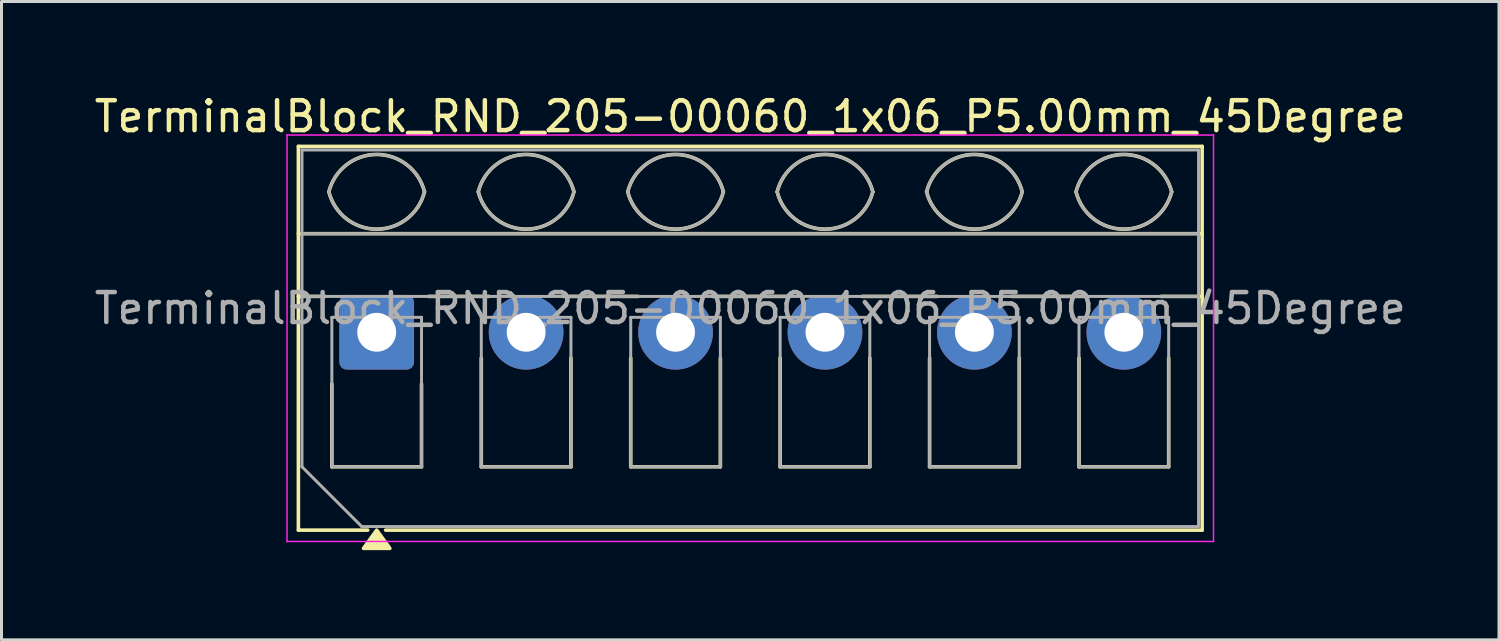
<source format=kicad_pcb>
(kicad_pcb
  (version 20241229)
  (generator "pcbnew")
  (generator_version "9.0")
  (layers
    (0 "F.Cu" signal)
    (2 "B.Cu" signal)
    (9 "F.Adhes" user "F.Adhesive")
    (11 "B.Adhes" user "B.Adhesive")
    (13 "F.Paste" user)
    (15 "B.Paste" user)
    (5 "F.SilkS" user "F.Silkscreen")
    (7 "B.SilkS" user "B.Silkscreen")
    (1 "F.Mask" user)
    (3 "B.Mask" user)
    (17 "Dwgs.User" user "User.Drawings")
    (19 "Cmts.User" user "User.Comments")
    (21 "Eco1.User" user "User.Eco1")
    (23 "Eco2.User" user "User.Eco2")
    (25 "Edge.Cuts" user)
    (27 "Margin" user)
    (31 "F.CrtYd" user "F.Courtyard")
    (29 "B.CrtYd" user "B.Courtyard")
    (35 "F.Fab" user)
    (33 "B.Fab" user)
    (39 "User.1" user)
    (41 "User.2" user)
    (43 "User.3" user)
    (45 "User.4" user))
  (footprint "TerminalBlock_RND_205-00060_1x06_P5.00mm_45Degree"
    (layer "F.Cu")
    (at 9.554 8.068)
    (property "Reference" "TerminalBlock_RND_205-00060_1x06_P5.00mm_45Degree" (at 12.5 -7.22 0) (layer "F.SilkS") (effects (font (size 1 1) (thickness 0.15))))
    (attr through_hole)
    (fp_line (start -2.62 -6.22) (end 27.62 -6.22) (stroke (width 0.12) (type solid)) (layer "F.SilkS"))
    (fp_line (start -2.62 -3.3) (end 27.62 -3.3) (stroke (width 0.12) (type solid)) (layer "F.SilkS"))
    (fp_line (start -2.62 -1.2) (end -1.73 -1.2) (stroke (width 0.12) (type solid)) (layer "F.SilkS"))
    (fp_line (start -2.62 6.62) (end -2.62 -6.22) (stroke (width 0.12) (type solid)) (layer "F.SilkS"))
    (fp_line (start -1.5 4.5) (end -1.5 1.73) (stroke (width 0.12) (type solid)) (layer "F.SilkS"))
    (fp_line (start -0.3 6.62) (end -2.62 6.62) (stroke (width 0.12) (type solid)) (layer "F.SilkS"))
    (fp_line (start 1.5 1.73) (end 1.5 4.5) (stroke (width 0.12) (type solid)) (layer "F.SilkS"))
    (fp_line (start 1.5 4.5) (end -1.5 4.5) (stroke (width 0.12) (type solid)) (layer "F.SilkS"))
    (fp_line (start 1.73 -1.2) (end 3.754 -1.2) (stroke (width 0.12) (type solid)) (layer "F.SilkS"))
    (fp_line (start 3.5 4.5) (end 3.5 0.862) (stroke (width 0.12) (type solid)) (layer "F.SilkS"))
    (fp_line (start 6.246 -1.2) (end 8.754 -1.2) (stroke (width 0.12) (type solid)) (layer "F.SilkS"))
    (fp_line (start 6.5 0.862) (end 6.5 4.5) (stroke (width 0.12) (type solid)) (layer "F.SilkS"))
    (fp_line (start 6.5 4.5) (end 3.5 4.5) (stroke (width 0.12) (type solid)) (layer "F.SilkS"))
    (fp_line (start 8.5 4.5) (end 8.5 0.862) (stroke (width 0.12) (type solid)) (layer "F.SilkS"))
    (fp_line (start 11.246 -1.2) (end 13.754 -1.2) (stroke (width 0.12) (type solid)) (layer "F.SilkS"))
    (fp_line (start 11.5 0.862) (end 11.5 4.5) (stroke (width 0.12) (type solid)) (layer "F.SilkS"))
    (fp_line (start 11.5 4.5) (end 8.5 4.5) (stroke (width 0.12) (type solid)) (layer "F.SilkS"))
    (fp_line (start 13.5 4.5) (end 13.5 0.862) (stroke (width 0.12) (type solid)) (layer "F.SilkS"))
    (fp_line (start 16.246 -1.2) (end 18.754 -1.2) (stroke (width 0.12) (type solid)) (layer "F.SilkS"))
    (fp_line (start 16.5 0.862) (end 16.5 4.5) (stroke (width 0.12) (type solid)) (layer "F.SilkS"))
    (fp_line (start 16.5 4.5) (end 13.5 4.5) (stroke (width 0.12) (type solid)) (layer "F.SilkS"))
    (fp_line (start 18.5 4.5) (end 18.5 0.862) (stroke (width 0.12) (type solid)) (layer "F.SilkS"))
    (fp_line (start 21.246 -1.2) (end 23.754 -1.2) (stroke (width 0.12) (type solid)) (layer "F.SilkS"))
    (fp_line (start 21.5 0.862) (end 21.5 4.5) (stroke (width 0.12) (type solid)) (layer "F.SilkS"))
    (fp_line (start 21.5 4.5) (end 18.5 4.5) (stroke (width 0.12) (type solid)) (layer "F.SilkS"))
    (fp_line (start 23.5 4.5) (end 23.5 0.862) (stroke (width 0.12) (type solid)) (layer "F.SilkS"))
    (fp_line (start 26.246 -1.2) (end 27.62 -1.2) (stroke (width 0.12) (type solid)) (layer "F.SilkS"))
    (fp_line (start 26.5 0.862) (end 26.5 4.5) (stroke (width 0.12) (type solid)) (layer "F.SilkS"))
    (fp_line (start 26.5 4.5) (end 23.5 4.5) (stroke (width 0.12) (type solid)) (layer "F.SilkS"))
    (fp_line (start 27.62 -6.22) (end 27.62 6.62) (stroke (width 0.12) (type solid)) (layer "F.SilkS"))
    (fp_line (start 27.62 6.62) (end 0.3 6.62) (stroke (width 0.12) (type solid)) (layer "F.SilkS"))
    (fp_arc (start -1.6 -4.7) (mid 0 -5.95) (end 1.6 -4.7) (stroke (width 0.12) (type solid)) (layer "F.SilkS"))
    (fp_arc (start 1.6 -4.7) (mid 0 -3.45) (end -1.6 -4.7) (stroke (width 0.12) (type solid)) (layer "F.SilkS"))
    (fp_arc (start 3.4 -4.7) (mid 5 -5.95) (end 6.6 -4.7) (stroke (width 0.12) (type solid)) (layer "F.SilkS"))
    (fp_arc (start 6.6 -4.7) (mid 5 -3.45) (end 3.4 -4.7) (stroke (width 0.12) (type solid)) (layer "F.SilkS"))
    (fp_arc (start 8.4 -4.7) (mid 10 -5.95) (end 11.6 -4.7) (stroke (width 0.12) (type solid)) (layer "F.SilkS"))
    (fp_arc (start 11.6 -4.7) (mid 10 -3.45) (end 8.4 -4.7) (stroke (width 0.12) (type solid)) (layer "F.SilkS"))
    (fp_arc (start 13.4 -4.7) (mid 15 -5.95) (end 16.6 -4.7) (stroke (width 0.12) (type solid)) (layer "F.SilkS"))
    (fp_arc (start 16.6 -4.7) (mid 15 -3.45) (end 13.4 -4.7) (stroke (width 0.12) (type solid)) (layer "F.SilkS"))
    (fp_arc (start 18.4 -4.7) (mid 20 -5.95) (end 21.6 -4.7) (stroke (width 0.12) (type solid)) (layer "F.SilkS"))
    (fp_arc (start 21.6 -4.7) (mid 20 -3.45) (end 18.4 -4.7) (stroke (width 0.12) (type solid)) (layer "F.SilkS"))
    (fp_arc (start 23.4 -4.7) (mid 25 -5.95) (end 26.6 -4.7) (stroke (width 0.12) (type solid)) (layer "F.SilkS"))
    (fp_arc (start 26.6 -4.7) (mid 25 -3.45) (end 23.4 -4.7) (stroke (width 0.12) (type solid)) (layer "F.SilkS"))
    (fp_poly (pts (xy 0 6.62) (xy 0.44 7.23) (xy -0.44 7.23)) (stroke (width 0.12) (type solid)) (fill yes) (layer "F.SilkS"))
    (fp_line (start -3 -6.6) (end -3 7) (stroke (width 0.05) (type solid)) (layer "F.CrtYd"))
    (fp_line (start -3 7) (end 28 7) (stroke (width 0.05) (type solid)) (layer "F.CrtYd"))
    (fp_line (start 28 -6.6) (end -3 -6.6) (stroke (width 0.05) (type solid)) (layer "F.CrtYd"))
    (fp_line (start 28 7) (end 28 -6.6) (stroke (width 0.05) (type solid)) (layer "F.CrtYd"))
    (fp_line (start -2.5 -6.1) (end 27.5 -6.1) (stroke (width 0.1) (type solid)) (layer "F.Fab"))
    (fp_line (start -2.5 -3.3) (end 27.5 -3.3) (stroke (width 0.1) (type solid)) (layer "F.Fab"))
    (fp_line (start -2.5 -1.2) (end 27.5 -1.2) (stroke (width 0.1) (type solid)) (layer "F.Fab"))
    (fp_line (start -2.5 4.5) (end -2.5 -6.1) (stroke (width 0.1) (type solid)) (layer "F.Fab"))
    (fp_line (start -1.5 -0.5) (end -1.5 4.5) (stroke (width 0.1) (type solid)) (layer "F.Fab"))
    (fp_line (start -1.5 4.5) (end 1.5 4.5) (stroke (width 0.1) (type solid)) (layer "F.Fab"))
    (fp_line (start -0.5 6.5) (end -2.5 4.5) (stroke (width 0.1) (type solid)) (layer "F.Fab"))
    (fp_line (start 1.5 -0.5) (end -1.5 -0.5) (stroke (width 0.1) (type solid)) (layer "F.Fab"))
    (fp_line (start 1.5 4.5) (end 1.5 -0.5) (stroke (width 0.1) (type solid)) (layer "F.Fab"))
    (fp_line (start 3.5 -0.5) (end 3.5 4.5) (stroke (width 0.1) (type solid)) (layer "F.Fab"))
    (fp_line (start 3.5 4.5) (end 6.5 4.5) (stroke (width 0.1) (type solid)) (layer "F.Fab"))
    (fp_line (start 6.5 -0.5) (end 3.5 -0.5) (stroke (width 0.1) (type solid)) (layer "F.Fab"))
    (fp_line (start 6.5 4.5) (end 6.5 -0.5) (stroke (width 0.1) (type solid)) (layer "F.Fab"))
    (fp_line (start 8.5 -0.5) (end 8.5 4.5) (stroke (width 0.1) (type solid)) (layer "F.Fab"))
    (fp_line (start 8.5 4.5) (end 11.5 4.5) (stroke (width 0.1) (type solid)) (layer "F.Fab"))
    (fp_line (start 11.5 -0.5) (end 8.5 -0.5) (stroke (width 0.1) (type solid)) (layer "F.Fab"))
    (fp_line (start 11.5 4.5) (end 11.5 -0.5) (stroke (width 0.1) (type solid)) (layer "F.Fab"))
    (fp_line (start 13.5 -0.5) (end 13.5 4.5) (stroke (width 0.1) (type solid)) (layer "F.Fab"))
    (fp_line (start 13.5 4.5) (end 16.5 4.5) (stroke (width 0.1) (type solid)) (layer "F.Fab"))
    (fp_line (start 16.5 -0.5) (end 13.5 -0.5) (stroke (width 0.1) (type solid)) (layer "F.Fab"))
    (fp_line (start 16.5 4.5) (end 16.5 -0.5) (stroke (width 0.1) (type solid)) (layer "F.Fab"))
    (fp_line (start 18.5 -0.5) (end 18.5 4.5) (stroke (width 0.1) (type solid)) (layer "F.Fab"))
    (fp_line (start 18.5 4.5) (end 21.5 4.5) (stroke (width 0.1) (type solid)) (layer "F.Fab"))
    (fp_line (start 21.5 -0.5) (end 18.5 -0.5) (stroke (width 0.1) (type solid)) (layer "F.Fab"))
    (fp_line (start 21.5 4.5) (end 21.5 -0.5) (stroke (width 0.1) (type solid)) (layer "F.Fab"))
    (fp_line (start 23.5 -0.5) (end 23.5 4.5) (stroke (width 0.1) (type solid)) (layer "F.Fab"))
    (fp_line (start 23.5 4.5) (end 26.5 4.5) (stroke (width 0.1) (type solid)) (layer "F.Fab"))
    (fp_line (start 26.5 -0.5) (end 23.5 -0.5) (stroke (width 0.1) (type solid)) (layer "F.Fab"))
    (fp_line (start 26.5 4.5) (end 26.5 -0.5) (stroke (width 0.1) (type solid)) (layer "F.Fab"))
    (fp_line (start 27.5 -6.1) (end 27.5 6.5) (stroke (width 0.1) (type solid)) (layer "F.Fab"))
    (fp_line (start 27.5 6.5) (end -0.5 6.5) (stroke (width 0.1) (type solid)) (layer "F.Fab"))
    (fp_arc (start -1.6 -4.7) (mid 0 -5.95) (end 1.6 -4.7) (stroke (width 0.1) (type solid)) (layer "F.Fab"))
    (fp_arc (start 1.6 -4.7) (mid 0 -3.45) (end -1.6 -4.7) (stroke (width 0.1) (type solid)) (layer "F.Fab"))
    (fp_arc (start 3.4 -4.7) (mid 5 -5.95) (end 6.6 -4.7) (stroke (width 0.1) (type solid)) (layer "F.Fab"))
    (fp_arc (start 6.6 -4.7) (mid 5 -3.45) (end 3.4 -4.7) (stroke (width 0.1) (type solid)) (layer "F.Fab"))
    (fp_arc (start 8.4 -4.7) (mid 10 -5.95) (end 11.6 -4.7) (stroke (width 0.1) (type solid)) (layer "F.Fab"))
    (fp_arc (start 11.6 -4.7) (mid 10 -3.45) (end 8.4 -4.7) (stroke (width 0.1) (type solid)) (layer "F.Fab"))
    (fp_arc (start 13.4 -4.7) (mid 15 -5.95) (end 16.6 -4.7) (stroke (width 0.1) (type solid)) (layer "F.Fab"))
    (fp_arc (start 16.6 -4.7) (mid 15 -3.45) (end 13.4 -4.7) (stroke (width 0.1) (type solid)) (layer "F.Fab"))
    (fp_arc (start 18.4 -4.7) (mid 20 -5.95) (end 21.6 -4.7) (stroke (width 0.1) (type solid)) (layer "F.Fab"))
    (fp_arc (start 21.6 -4.7) (mid 20 -3.45) (end 18.4 -4.7) (stroke (width 0.1) (type solid)) (layer "F.Fab"))
    (fp_arc (start 23.4 -4.7) (mid 25 -5.95) (end 26.6 -4.7) (stroke (width 0.1) (type solid)) (layer "F.Fab"))
    (fp_arc (start 26.6 -4.7) (mid 25 -3.45) (end 23.4 -4.7) (stroke (width 0.1) (type solid)) (layer "F.Fab"))
    (fp_text user "${REFERENCE}" (at 12.5 -0.8 0) (layer "F.Fab") (effects (font (size 1 1) (thickness 0.15))))
    (pad "1" thru_hole roundrect (at 0 0) (size 2.5 2.5) (drill 1.3) (layers "*.Cu" "*.Mask") (roundrect_rratio 0.1))
    (pad "2" thru_hole circle (at 5 0) (size 2.5 2.5) (drill 1.3) (layers "*.Cu" "*.Mask"))
    (pad "3" thru_hole circle (at 10 0) (size 2.5 2.5) (drill 1.3) (layers "*.Cu" "*.Mask"))
    (pad "4" thru_hole circle (at 15 0) (size 2.5 2.5) (drill 1.3) (layers "*.Cu" "*.Mask"))
    (pad "5" thru_hole circle (at 20 0) (size 2.5 2.5) (drill 1.3) (layers "*.Cu" "*.Mask"))
    (pad "6" thru_hole circle (at 25 0) (size 2.5 2.5) (drill 1.3) (layers "*.Cu" "*.Mask")))
  (gr_rect
    (start -3 -3)
    (end 47.107 18.358)
    (stroke (width 0.1) (type default))
    (fill no)
    (layer "Edge.Cuts")))
</source>
